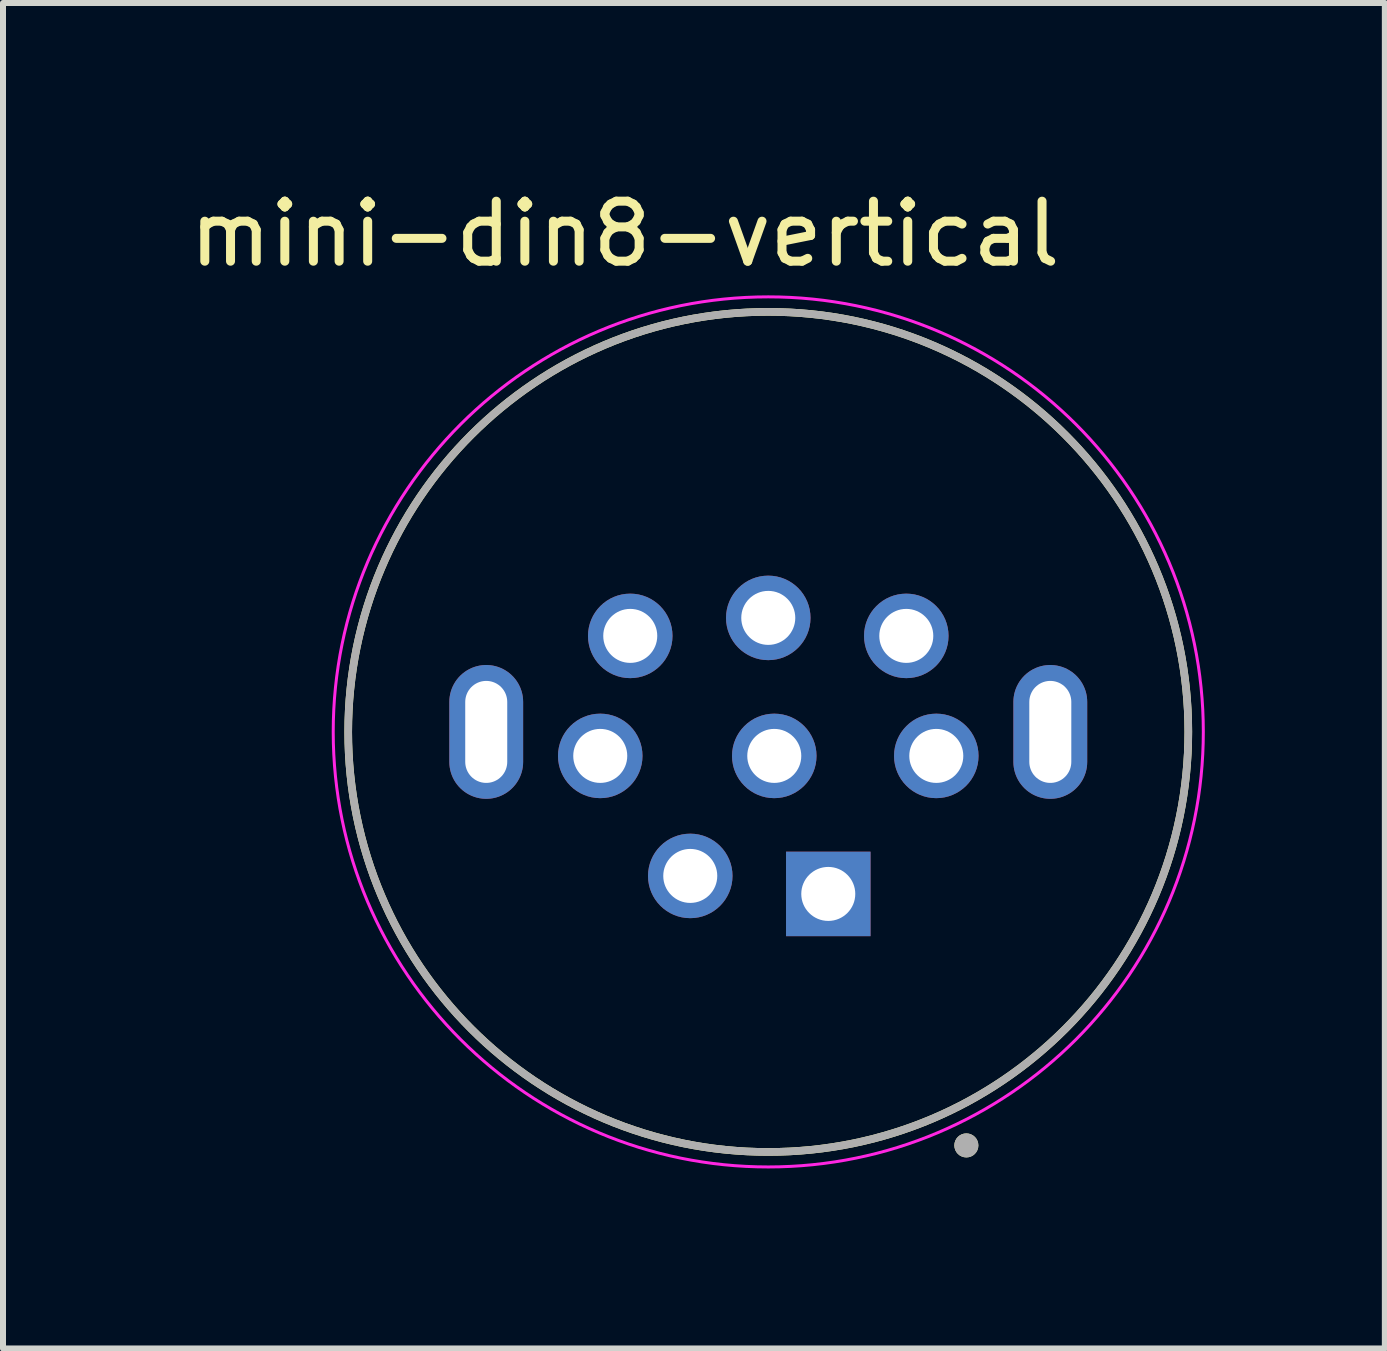
<source format=kicad_pcb>
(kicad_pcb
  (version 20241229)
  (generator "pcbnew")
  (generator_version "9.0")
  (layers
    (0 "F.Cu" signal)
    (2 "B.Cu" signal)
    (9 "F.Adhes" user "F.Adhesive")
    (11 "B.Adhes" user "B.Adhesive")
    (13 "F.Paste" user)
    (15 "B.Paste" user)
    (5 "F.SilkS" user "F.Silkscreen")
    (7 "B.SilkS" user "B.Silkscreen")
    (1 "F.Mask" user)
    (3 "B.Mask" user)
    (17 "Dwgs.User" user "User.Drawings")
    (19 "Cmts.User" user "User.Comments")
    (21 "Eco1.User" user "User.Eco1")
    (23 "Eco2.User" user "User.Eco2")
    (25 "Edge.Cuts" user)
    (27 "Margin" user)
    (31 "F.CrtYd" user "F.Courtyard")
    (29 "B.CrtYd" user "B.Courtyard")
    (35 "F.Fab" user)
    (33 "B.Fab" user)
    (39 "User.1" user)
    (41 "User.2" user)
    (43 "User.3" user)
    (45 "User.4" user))
  (footprint "mini-din8-vertical"
    (layer "F.Cu")
    (at 9.753 9.147)
    (property "Reference" "mini-din8-vertical" (at -2.39 -8.299 0) (layer "F.SilkS") (effects (font (size 1 1) (thickness 0.15))))
    (attr through_hole)
    (fp_circle (center 0 0) (end 7 0) (stroke (width 0.127) (type solid)) (fill no) (layer "F.SilkS"))
    (fp_circle (center 3.301 6.891) (end 3.401 6.891) (stroke (width 0.2) (type solid)) (fill no) (layer "F.SilkS"))
    (fp_circle (center 0 0) (end 7.25 0) (stroke (width 0.05) (type solid)) (fill no) (layer "F.CrtYd"))
    (fp_circle (center 0 0) (end 7 0) (stroke (width 0.127) (type solid)) (fill no) (layer "F.Fab"))
    (fp_circle (center 3.301 6.891) (end 3.401 6.891) (stroke (width 0.2) (type solid)) (fill no) (layer "F.Fab"))
    (pad "1" thru_hole rect (at 1 2.7) (size 1.408 1.408) (drill 0.9) (layers "*.Cu" "*.Mask"))
    (pad "2" thru_hole circle (at -1.3 2.4) (size 1.408 1.408) (drill 0.9) (layers "*.Cu" "*.Mask"))
    (pad "3" thru_hole circle (at 2.8 0.4) (size 1.408 1.408) (drill 0.9) (layers "*.Cu" "*.Mask"))
    (pad "4" thru_hole circle (at 0.1 0.4) (size 1.408 1.408) (drill 0.9) (layers "*.Cu" "*.Mask"))
    (pad "5" thru_hole circle (at -2.8 0.4) (size 1.408 1.408) (drill 0.9) (layers "*.Cu" "*.Mask"))
    (pad "6" thru_hole circle (at 2.3 -1.6) (size 1.408 1.408) (drill 0.9) (layers "*.Cu" "*.Mask"))
    (pad "7" thru_hole circle (at 0 -1.9) (size 1.408 1.408) (drill 0.9) (layers "*.Cu" "*.Mask"))
    (pad "8" thru_hole circle (at -2.3 -1.6) (size 1.408 1.408) (drill 0.9) (layers "*.Cu" "*.Mask"))
    (pad "S1" thru_hole oval (at -4.7 0) (size 1.23 2.23) (drill oval 0.7 1.7) (layers "*.Cu" "*.Mask"))
    (pad "S2" thru_hole oval (at 4.7 0) (size 1.23 2.23) (drill oval 0.7 1.7) (layers "*.Cu" "*.Mask")))
  (gr_rect
    (start -3 -3)
    (end 20.028 19.422)
    (stroke (width 0.1) (type default))
    (fill no)
    (layer "Edge.Cuts")))
</source>
